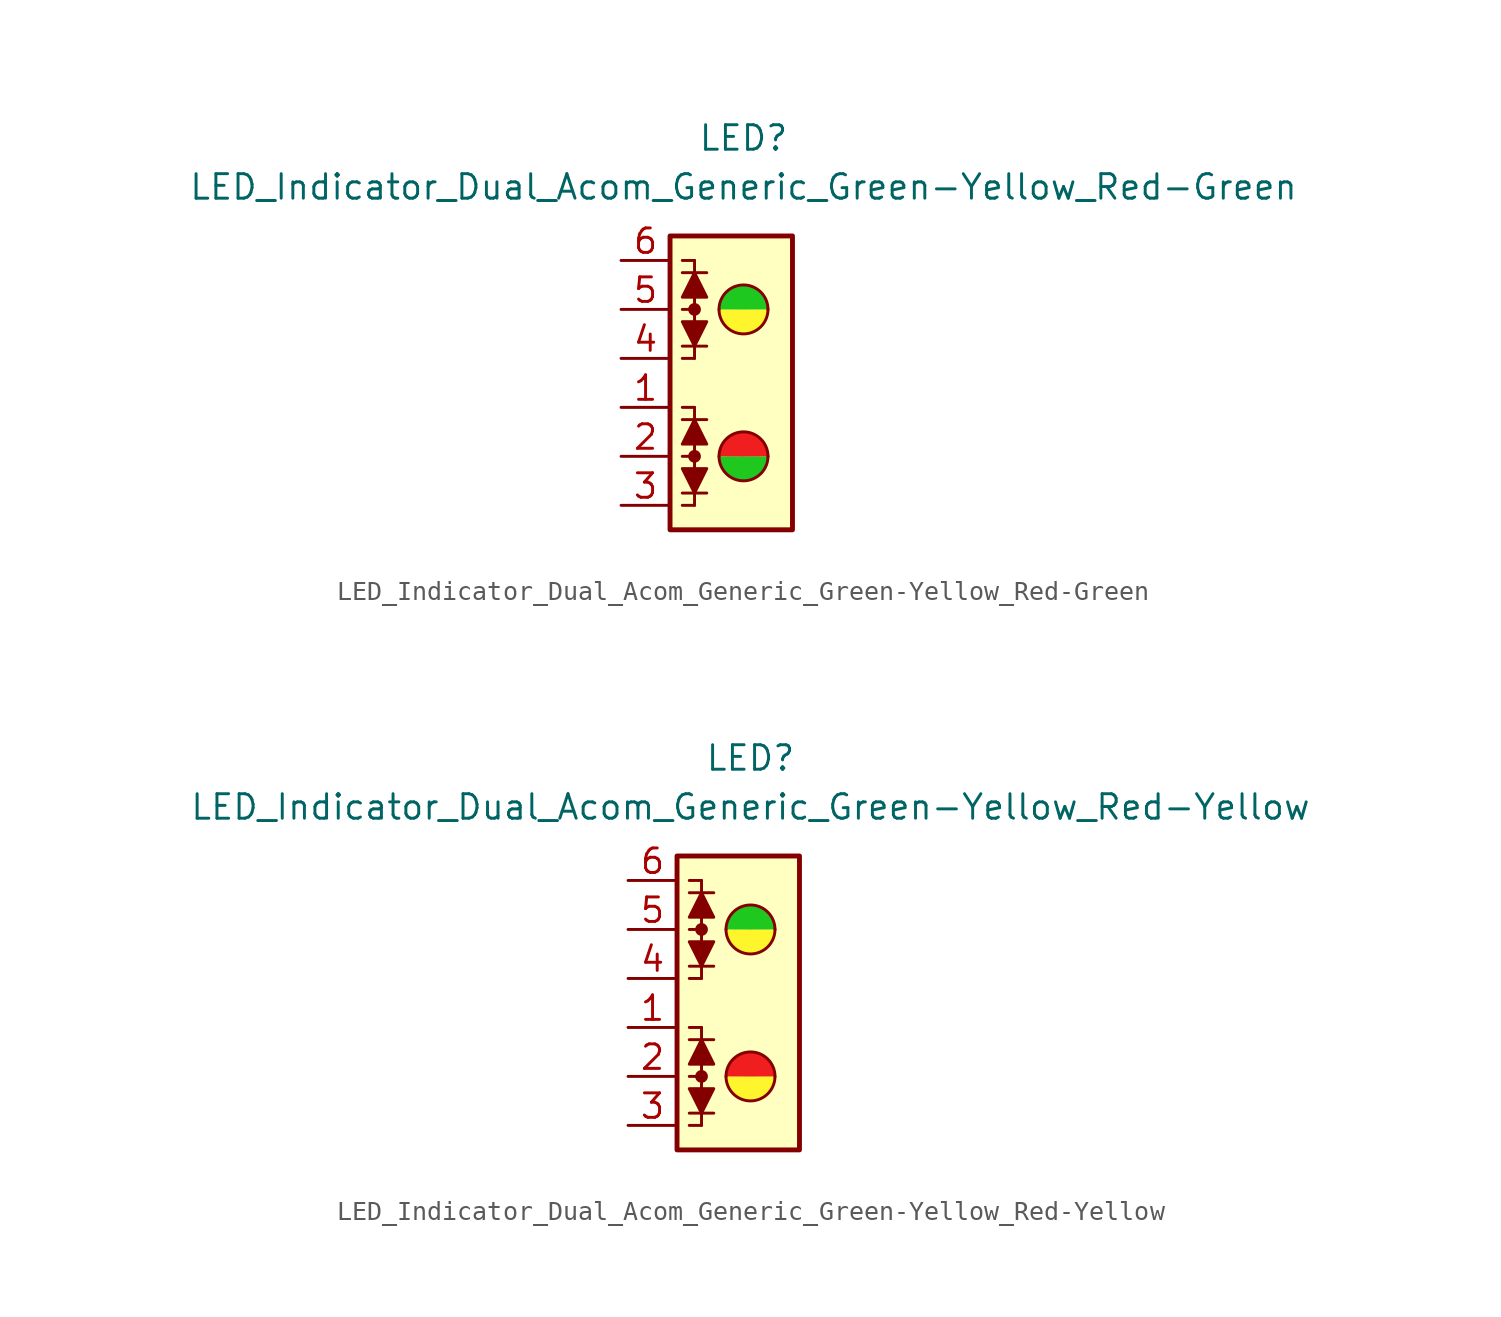
<source format=kicad_sym>
(kicad_symbol_lib
  (version 20231120)
  (generator "kicad_symbol_editor")
  (generator_version "8.0")
  (symbol "LED_Indicator_Dual_Acom_Generic_Green-Yellow_Red-Green"
    (pin_names
      (offset 1.016) hide)
    (property "Reference" "LED"
      (at 0 12.7 0)
      (effects (font (size 1.27 1.27))))
    (property "Value" "LED_Indicator_Dual_Acom_Generic_Green-Yellow_Red-Green"
      (at 0 10.16 0)
      (effects (font (size 1.27 1.27))))
    (symbol "LED_Indicator_Dual_Acom_Generic_Green-Yellow_Red-Green_0_1"
      (rectangle (start -3.81 7.62) (end 2.54 -7.62) (stroke (width 0.254) (type default)) (fill (type background)))
      (circle (center -2.54 -3.81) (radius 0.254) (stroke (width 0) (type default)) (fill (type outline)))
      (circle (center -2.54 3.81) (radius 0.254) (stroke (width 0) (type default)) (fill (type outline)))
      (arc (start -1.27 -3.81) (mid 0 -5.0745) (end 1.27 -3.81) (stroke (width 0) (type default)) (fill (type color) (color 30 200 30 1)))
      (arc (start -1.27 3.81) (mid 0 2.5455) (end 1.27 3.81) (stroke (width 0) (type default)) (fill (type color) (color 255 245 45 1)))
      (polyline (pts (xy -3.175 -5.715) (xy -1.905 -5.715)) (stroke (width 0) (type default)) (fill (type none)))
      (polyline (pts (xy -3.175 1.905) (xy -1.905 1.905)) (stroke (width 0) (type default)) (fill (type none)))
      (polyline (pts (xy -2.54 -6.35) (xy -3.175 -6.35)) (stroke (width 0) (type default)) (fill (type none)))
      (polyline (pts (xy -2.54 -6.35) (xy -2.54 -3.81)) (stroke (width 0) (type default)) (fill (type none)))
      (polyline (pts (xy -2.54 -3.81) (xy -3.175 -3.81)) (stroke (width 0) (type default)) (fill (type none)))
      (polyline (pts (xy -2.54 -1.27) (xy -3.175 -1.27)) (stroke (width 0) (type default)) (fill (type none)))
      (polyline (pts (xy -2.54 -1.27) (xy -2.54 -3.81)) (stroke (width 0) (type default)) (fill (type none)))
      (polyline (pts (xy -2.54 1.27) (xy -3.175 1.27)) (stroke (width 0) (type default)) (fill (type none)))
      (polyline (pts (xy -2.54 1.27) (xy -2.54 3.81)) (stroke (width 0) (type default)) (fill (type none)))
      (polyline (pts (xy -2.54 3.81) (xy -3.175 3.81)) (stroke (width 0) (type default)) (fill (type none)))
      (polyline (pts (xy -2.54 6.35) (xy -3.175 6.35)) (stroke (width 0) (type default)) (fill (type none)))
      (polyline (pts (xy -2.54 6.35) (xy -2.54 3.81)) (stroke (width 0) (type default)) (fill (type none)))
      (polyline (pts (xy -1.905 -1.905) (xy -3.175 -1.905)) (stroke (width 0) (type default)) (fill (type none)))
      (polyline (pts (xy -1.905 5.715) (xy -3.175 5.715)) (stroke (width 0) (type default)) (fill (type none)))
      (polyline (pts (xy -2.54 -5.715) (xy -3.175 -4.445) (xy -1.905 -4.445) (xy -2.54 -5.715)) (stroke (width 0) (type default)) (fill (type outline)))
      (polyline (pts (xy -2.54 -1.905) (xy -1.905 -3.175) (xy -3.175 -3.175) (xy -2.54 -1.905)) (stroke (width 0) (type default)) (fill (type outline)))
      (polyline (pts (xy -2.54 1.905) (xy -3.175 3.175) (xy -1.905 3.175) (xy -2.54 1.905)) (stroke (width 0) (type default)) (fill (type outline)))
      (polyline (pts (xy -2.54 5.715) (xy -1.905 4.445) (xy -3.175 4.445) (xy -2.54 5.715)) (stroke (width 0) (type default)) (fill (type outline)))
      (arc (start 1.27 -3.81) (mid 0 -2.5455) (end -1.27 -3.81) (stroke (width 0) (type default)) (fill (type color) (color 240 30 30 1)))
      (arc (start 1.27 3.81) (mid 0 5.0745) (end -1.27 3.81) (stroke (width 0) (type default)) (fill (type color) (color 30 200 30 1))))
    (symbol "LED_Indicator_Dual_Acom_Generic_Green-Yellow_Red-Green_1_1"
      (pin passive line (at -6.35 -1.27 0) (length 2.54) (name "K1" (effects (font (size 1.27 1.27)))) (number "1" (effects (font (size 1.27 1.27)))))
      (pin passive line (at -6.35 -3.81 0) (length 2.54) (name "A12" (effects (font (size 1.27 1.27)))) (number "2" (effects (font (size 1.27 1.27)))))
      (pin passive line (at -6.35 -6.35 0) (length 2.54) (name "K2" (effects (font (size 1.27 1.27)))) (number "3" (effects (font (size 1.27 1.27)))))
      (pin passive line (at -6.35 1.27 0) (length 2.54) (name "K4" (effects (font (size 1.27 1.27)))) (number "4" (effects (font (size 1.27 1.27)))))
      (pin passive line (at -6.35 3.81 0) (length 2.54) (name "A34" (effects (font (size 1.27 1.27)))) (number "5" (effects (font (size 1.27 1.27)))))
      (pin passive line (at -6.35 6.35 0) (length 2.54) (name "K3" (effects (font (size 1.27 1.27)))) (number "6" (effects (font (size 1.27 1.27)))))))
  (symbol "LED_Indicator_Dual_Acom_Generic_Green-Yellow_Red-Yellow"
    (pin_names
      (offset 1.016) hide)
    (property "Reference" "LED"
      (at 0 12.7 0)
      (effects (font (size 1.27 1.27))))
    (property "Value" "LED_Indicator_Dual_Acom_Generic_Green-Yellow_Red-Yellow"
      (at 0 10.16 0)
      (effects (font (size 1.27 1.27))))
    (symbol "LED_Indicator_Dual_Acom_Generic_Green-Yellow_Red-Yellow_0_1"
      (rectangle (start -3.81 7.62) (end 2.54 -7.62) (stroke (width 0.254) (type default)) (fill (type background)))
      (circle (center -2.54 -3.81) (radius 0.254) (stroke (width 0) (type default)) (fill (type outline)))
      (circle (center -2.54 3.81) (radius 0.254) (stroke (width 0) (type default)) (fill (type outline)))
      (arc (start -1.27 -3.81) (mid 0 -5.0745) (end 1.27 -3.81) (stroke (width 0) (type default)) (fill (type color) (color 255 245 45 1)))
      (arc (start -1.27 3.81) (mid 0 2.5455) (end 1.27 3.81) (stroke (width 0) (type default)) (fill (type color) (color 255 245 45 1)))
      (polyline (pts (xy -3.175 -5.715) (xy -1.905 -5.715)) (stroke (width 0) (type default)) (fill (type none)))
      (polyline (pts (xy -3.175 1.905) (xy -1.905 1.905)) (stroke (width 0) (type default)) (fill (type none)))
      (polyline (pts (xy -2.54 -6.35) (xy -3.175 -6.35)) (stroke (width 0) (type default)) (fill (type none)))
      (polyline (pts (xy -2.54 -6.35) (xy -2.54 -3.81)) (stroke (width 0) (type default)) (fill (type none)))
      (polyline (pts (xy -2.54 -3.81) (xy -3.175 -3.81)) (stroke (width 0) (type default)) (fill (type none)))
      (polyline (pts (xy -2.54 -1.27) (xy -3.175 -1.27)) (stroke (width 0) (type default)) (fill (type none)))
      (polyline (pts (xy -2.54 -1.27) (xy -2.54 -3.81)) (stroke (width 0) (type default)) (fill (type none)))
      (polyline (pts (xy -2.54 1.27) (xy -3.175 1.27)) (stroke (width 0) (type default)) (fill (type none)))
      (polyline (pts (xy -2.54 1.27) (xy -2.54 3.81)) (stroke (width 0) (type default)) (fill (type none)))
      (polyline (pts (xy -2.54 3.81) (xy -3.175 3.81)) (stroke (width 0) (type default)) (fill (type none)))
      (polyline (pts (xy -2.54 6.35) (xy -3.175 6.35)) (stroke (width 0) (type default)) (fill (type none)))
      (polyline (pts (xy -2.54 6.35) (xy -2.54 3.81)) (stroke (width 0) (type default)) (fill (type none)))
      (polyline (pts (xy -1.905 -1.905) (xy -3.175 -1.905)) (stroke (width 0) (type default)) (fill (type none)))
      (polyline (pts (xy -1.905 5.715) (xy -3.175 5.715)) (stroke (width 0) (type default)) (fill (type none)))
      (polyline (pts (xy -2.54 -5.715) (xy -3.175 -4.445) (xy -1.905 -4.445) (xy -2.54 -5.715)) (stroke (width 0) (type default)) (fill (type outline)))
      (polyline (pts (xy -2.54 -1.905) (xy -1.905 -3.175) (xy -3.175 -3.175) (xy -2.54 -1.905)) (stroke (width 0) (type default)) (fill (type outline)))
      (polyline (pts (xy -2.54 1.905) (xy -3.175 3.175) (xy -1.905 3.175) (xy -2.54 1.905)) (stroke (width 0) (type default)) (fill (type outline)))
      (polyline (pts (xy -2.54 5.715) (xy -1.905 4.445) (xy -3.175 4.445) (xy -2.54 5.715)) (stroke (width 0) (type default)) (fill (type outline)))
      (arc (start 1.27 -3.81) (mid 0 -2.5455) (end -1.27 -3.81) (stroke (width 0) (type default)) (fill (type color) (color 240 30 30 1)))
      (arc (start 1.27 3.81) (mid 0 5.0745) (end -1.27 3.81) (stroke (width 0) (type default)) (fill (type color) (color 30 200 30 1))))
    (symbol "LED_Indicator_Dual_Acom_Generic_Green-Yellow_Red-Yellow_1_1"
      (pin passive line (at -6.35 -1.27 0) (length 2.54) (name "K1" (effects (font (size 1.27 1.27)))) (number "1" (effects (font (size 1.27 1.27)))))
      (pin passive line (at -6.35 -3.81 0) (length 2.54) (name "A12" (effects (font (size 1.27 1.27)))) (number "2" (effects (font (size 1.27 1.27)))))
      (pin passive line (at -6.35 -6.35 0) (length 2.54) (name "K2" (effects (font (size 1.27 1.27)))) (number "3" (effects (font (size 1.27 1.27)))))
      (pin passive line (at -6.35 1.27 0) (length 2.54) (name "K4" (effects (font (size 1.27 1.27)))) (number "4" (effects (font (size 1.27 1.27)))))
      (pin passive line (at -6.35 3.81 0) (length 2.54) (name "A34" (effects (font (size 1.27 1.27)))) (number "5" (effects (font (size 1.27 1.27)))))
      (pin passive line (at -6.35 6.35 0) (length 2.54) (name "K3" (effects (font (size 1.27 1.27)))) (number "6" (effects (font (size 1.27 1.27))))))))
</source>
